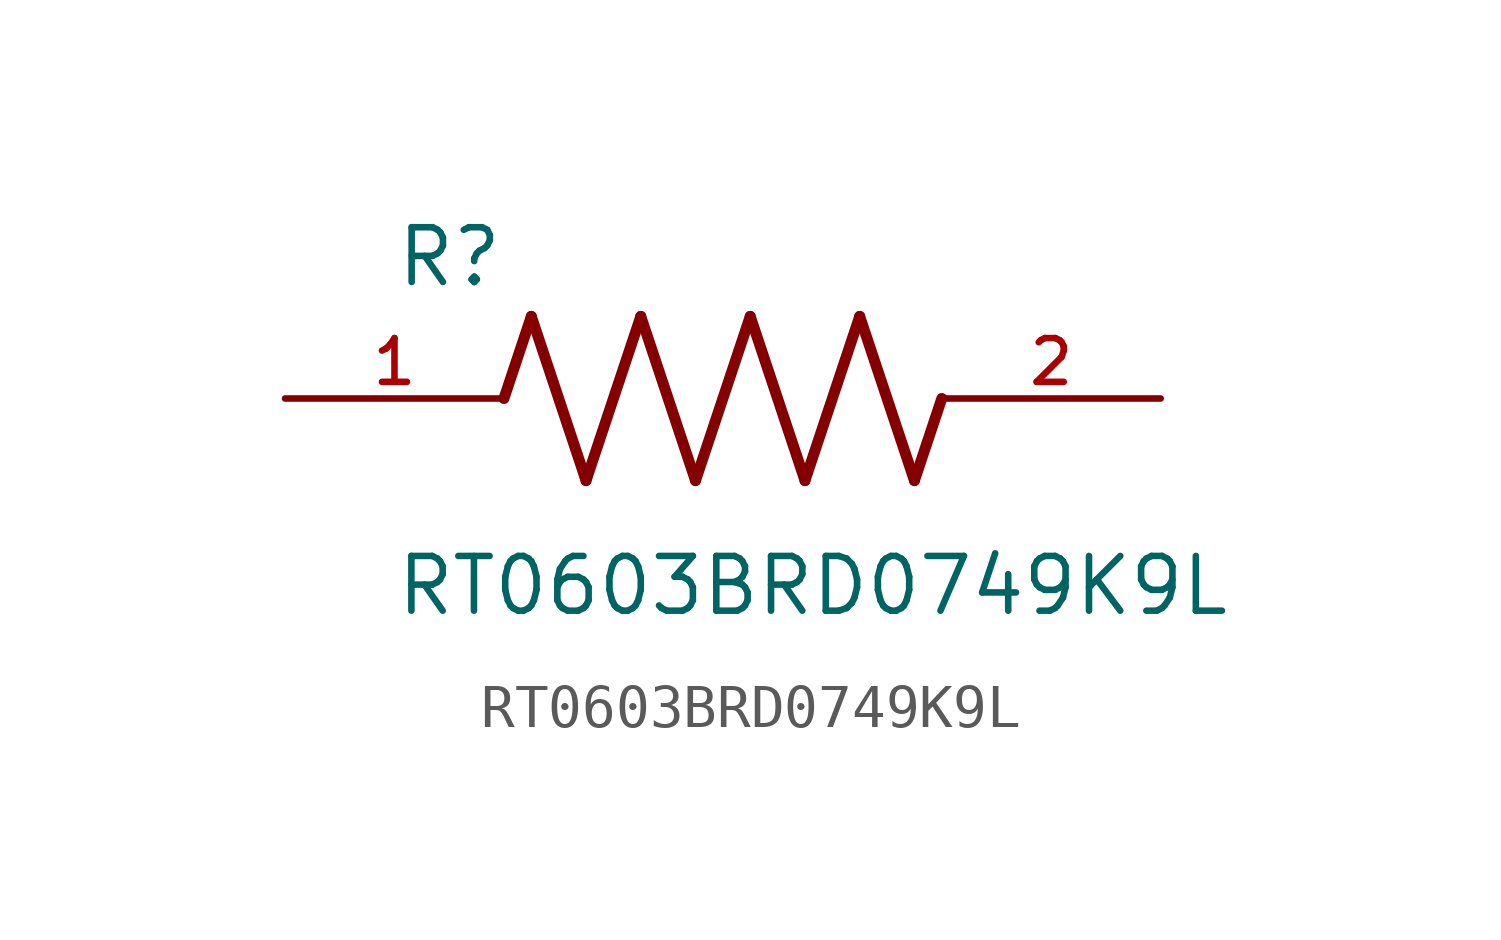
<source format=kicad_sym>
(kicad_symbol_lib
  (version 20211014)
  (generator kicad_symbol_editor)
  (symbol "RT0603BRD0749K9L"
    (pin_names
      (offset 1.016))
    (property "Reference" "R"
      (at -7.624 2.541 0)
      (effects (font (size 1.27 1.27)) (justify bottom left)))
    (property "Value" "RT0603BRD0749K9L"
      (at -7.63 -5.087 0)
      (effects (font (size 1.27 1.27)) (justify bottom left)))
    (symbol "RT0603BRD0749K9L_0_0"
      (polyline (pts (xy -5.08 0.0) (xy -4.445 1.905)) (stroke (width 0.254)))
      (polyline (pts (xy -4.445 1.905) (xy -3.175 -1.905)) (stroke (width 0.254)))
      (polyline (pts (xy -3.175 -1.905) (xy -1.905 1.905)) (stroke (width 0.254)))
      (polyline (pts (xy -1.905 1.905) (xy -0.635 -1.905)) (stroke (width 0.254)))
      (polyline (pts (xy -0.635 -1.905) (xy 0.635 1.905)) (stroke (width 0.254)))
      (polyline (pts (xy 0.635 1.905) (xy 1.905 -1.905)) (stroke (width 0.254)))
      (polyline (pts (xy 1.905 -1.905) (xy 3.175 1.905)) (stroke (width 0.254)))
      (polyline (pts (xy 3.175 1.905) (xy 4.445 -1.905)) (stroke (width 0.254)))
      (polyline (pts (xy 4.445 -1.905) (xy 5.08 0.0)) (stroke (width 0.254)))
      (pin passive line (at -10.16 0.0 0) (length 5.08) (name "~" (effects (font (size 1.016 1.016)))) (number "1" (effects (font (size 1.016 1.016)))))
      (pin passive line (at 10.16 0.0 180.0) (length 5.08) (name "~" (effects (font (size 1.016 1.016)))) (number "2" (effects (font (size 1.016 1.016))))))))
</source>
